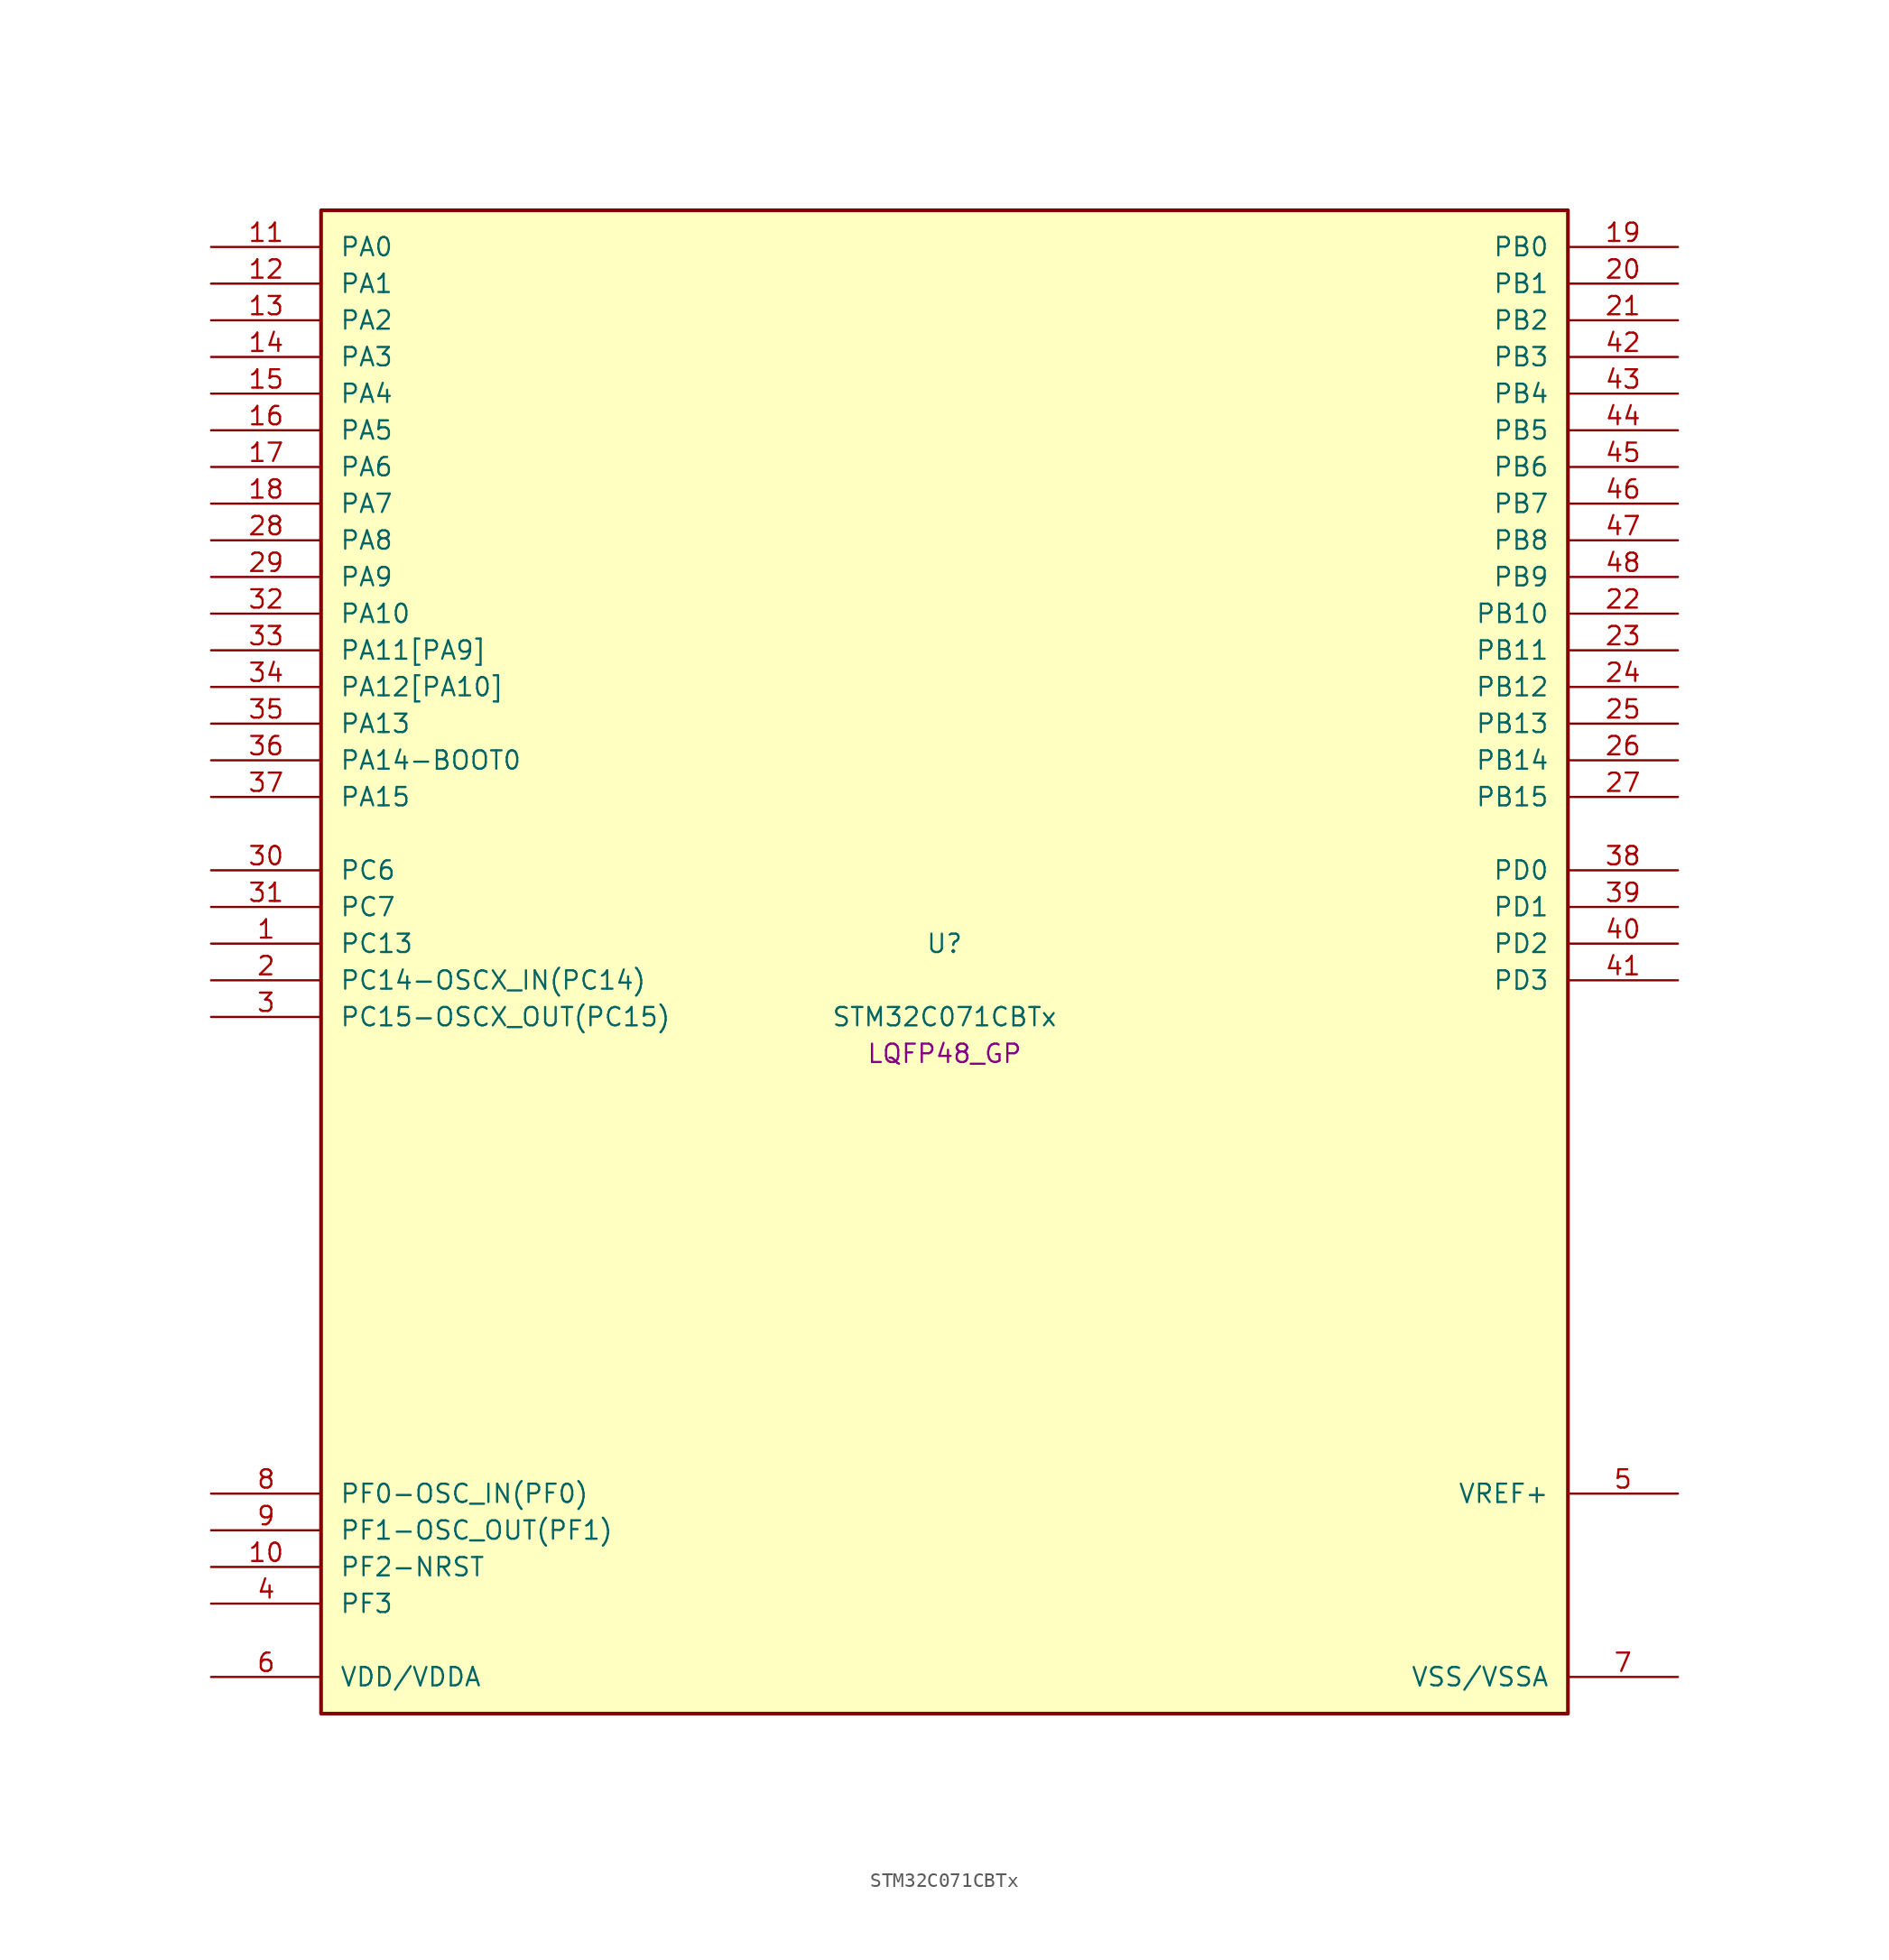
<source format=kicad_sym>
(kicad_symbol_lib
  (version 20241209)
  (generator "stm32_pkl_generator")
  (generator_version "1.0")
  (symbol "STM32C071CBTx"
    (pin_names
      (offset 1.27))
    (property "Reference" "U"
      (at 0 2.54 0))
    (property "Value" "STM32C071CBTx"
      (at 0 -2.54 0))
    (property "Footprint" "LQFP48_GP"
      (at 0 -5.08 0))
    (symbol "STM32C071CBTx_1_1"
      (rectangle (start -43.18 53.34) (end 43.18 -50.8) (stroke (width 0.254) (type solid)) (fill (type background)))
      (pin bidirectional line (at -50.8 50.8 0) (length 7.62) (name "PA0") (number "11") (alternate "PA0/ADC1_IN0" bidirectional line) (alternate "PA0/PWR_WKUP1" bidirectional line) (alternate "PA0/SPI2_SCK" bidirectional line) (alternate "PA0/TIM16_CH1" bidirectional line) (alternate "PA0/TIM1_CH1" bidirectional line) (alternate "PA0/TIM2_CH1" bidirectional line) (alternate "PA0/TIM2_ETR" bidirectional line) (alternate "PA0/USART1_TX" bidirectional line) (alternate "PA0/USART2_CTS" bidirectional line) (alternate "PA0/USART2_NSS" bidirectional line))
      (pin bidirectional line (at -50.8 48.26 0) (length 7.62) (name "PA1") (number "12") (alternate "PA1/ADC1_IN1" bidirectional line) (alternate "PA1/I2C1_SMBA" bidirectional line) (alternate "PA1/I2S1_CK" bidirectional line) (alternate "PA1/SPI1_SCK" bidirectional line) (alternate "PA1/TIM17_CH1" bidirectional line) (alternate "PA1/TIM1_CH2" bidirectional line) (alternate "PA1/TIM2_CH2" bidirectional line) (alternate "PA1/USART1_RX" bidirectional line) (alternate "PA1/USART2_CK" bidirectional line) (alternate "PA1/USART2_DE" bidirectional line) (alternate "PA1/USART2_RTS" bidirectional line))
      (pin bidirectional line (at -50.8 45.72 0) (length 7.62) (name "PA2") (number "13") (alternate "PA2/ADC1_IN2" bidirectional line) (alternate "PA2/I2S1_SD" bidirectional line) (alternate "PA2/PWR_WKUP4" bidirectional line) (alternate "PA2/RCC_LSCO" bidirectional line) (alternate "PA2/SPI1_MOSI" bidirectional line) (alternate "PA2/TIM16_CH1N" bidirectional line) (alternate "PA2/TIM1_CH3" bidirectional line) (alternate "PA2/TIM2_CH3" bidirectional line) (alternate "PA2/TIM3_ETR" bidirectional line) (alternate "PA2/USART2_TX" bidirectional line))
      (pin bidirectional line (at -50.8 43.18 0) (length 7.62) (name "PA3") (number "14") (alternate "PA3/ADC1_IN3" bidirectional line) (alternate "PA3/SPI2_MISO" bidirectional line) (alternate "PA3/TIM1_CH1N" bidirectional line) (alternate "PA3/TIM1_CH4" bidirectional line) (alternate "PA3/TIM2_CH4" bidirectional line) (alternate "PA3/USART2_RX" bidirectional line))
      (pin bidirectional line (at -50.8 40.64 0) (length 7.62) (name "PA4") (number "15") (alternate "PA4/ADC1_IN4" bidirectional line) (alternate "PA4/I2S1_WS" bidirectional line) (alternate "PA4/RTC_OUT2" bidirectional line) (alternate "PA4/SPI1_NSS" bidirectional line) (alternate "PA4/SPI2_MOSI" bidirectional line) (alternate "PA4/TIM14_CH1" bidirectional line) (alternate "PA4/TIM17_CH1N" bidirectional line) (alternate "PA4/TIM1_CH2N" bidirectional line) (alternate "PA4/USART2_TX" bidirectional line) (alternate "PA4/USB_NOE" bidirectional line))
      (pin bidirectional line (at -50.8 38.1 0) (length 7.62) (name "PA5") (number "16") (alternate "PA5/ADC1_IN5" bidirectional line) (alternate "PA5/I2S1_CK" bidirectional line) (alternate "PA5/SPI1_SCK" bidirectional line) (alternate "PA5/TIM1_CH1" bidirectional line) (alternate "PA5/TIM1_CH3N" bidirectional line) (alternate "PA5/TIM2_CH1" bidirectional line) (alternate "PA5/TIM2_ETR" bidirectional line) (alternate "PA5/USART2_RX" bidirectional line))
      (pin bidirectional line (at -50.8 35.56 0) (length 7.62) (name "PA6") (number "17") (alternate "PA6/ADC1_IN6" bidirectional line) (alternate "PA6/I2C2_SDA" bidirectional line) (alternate "PA6/I2S1_MCK" bidirectional line) (alternate "PA6/SPI1_MISO" bidirectional line) (alternate "PA6/TIM16_CH1" bidirectional line) (alternate "PA6/TIM1_BKIN" bidirectional line) (alternate "PA6/TIM3_CH1" bidirectional line))
      (pin bidirectional line (at -50.8 33.02 0) (length 7.62) (name "PA7") (number "18") (alternate "PA7/ADC1_IN7" bidirectional line) (alternate "PA7/I2C2_SCL" bidirectional line) (alternate "PA7/I2S1_SD" bidirectional line) (alternate "PA7/SPI1_MOSI" bidirectional line) (alternate "PA7/TIM14_CH1" bidirectional line) (alternate "PA7/TIM17_CH1" bidirectional line) (alternate "PA7/TIM1_CH1N" bidirectional line) (alternate "PA7/TIM3_CH2" bidirectional line))
      (pin bidirectional line (at -50.8 30.48 0) (length 7.62) (name "PA8") (number "28") (alternate "PA8/ADC1_IN8" bidirectional line) (alternate "PA8/CRS_SYNC" bidirectional line) (alternate "PA8/I2S1_WS" bidirectional line) (alternate "PA8/RCC_MCO" bidirectional line) (alternate "PA8/RCC_MCO_2" bidirectional line) (alternate "PA8/SPI1_NSS" bidirectional line) (alternate "PA8/SPI2_MISO" bidirectional line) (alternate "PA8/SPI2_NSS" bidirectional line) (alternate "PA8/TIM14_CH1" bidirectional line) (alternate "PA8/TIM1_CH1" bidirectional line) (alternate "PA8/TIM1_CH2N" bidirectional line) (alternate "PA8/TIM1_CH3N" bidirectional line) (alternate "PA8/TIM3_CH3" bidirectional line) (alternate "PA8/TIM3_CH4" bidirectional line) (alternate "PA8/USART1_RX" bidirectional line) (alternate "PA8/USART2_TX" bidirectional line))
      (pin bidirectional line (at -50.8 27.94 0) (length 7.62) (name "PA9") (number "29") (alternate "PA9/I2C1_SCL" bidirectional line) (alternate "PA9/I2C2_SCL" bidirectional line) (alternate "PA9/RCC_MCO" bidirectional line) (alternate "PA9/SPI2_MISO" bidirectional line) (alternate "PA9/TIM1_CH2" bidirectional line) (alternate "PA9/TIM3_ETR" bidirectional line) (alternate "PA9/USART1_TX" bidirectional line) (alternate "PA9/NC" bidirectional line))
      (pin bidirectional line (at -50.8 25.4 0) (length 7.62) (name "PA10") (number "32") (alternate "PA10/I2C1_SDA" bidirectional line) (alternate "PA10/I2C2_SDA" bidirectional line) (alternate "PA10/RCC_MCO_2" bidirectional line) (alternate "PA10/SPI2_MOSI" bidirectional line) (alternate "PA10/TIM17_BKIN" bidirectional line) (alternate "PA10/TIM1_CH3" bidirectional line) (alternate "PA10/USART1_RX" bidirectional line) (alternate "PA10/NC" bidirectional line))
      (pin bidirectional line (at -50.8 22.86 0) (length 7.62) (name "PA11[PA9]") (number "33") (alternate "PA11[PA9]/ADC1_EXTI11" bidirectional line) (alternate "PA11[PA9]/I2C2_SCL" bidirectional line) (alternate "PA11[PA9]/I2S1_MCK" bidirectional line) (alternate "PA11[PA9]/SPI1_MISO" bidirectional line) (alternate "PA11[PA9]/TIM1_BKIN2" bidirectional line) (alternate "PA11[PA9]/TIM1_CH4" bidirectional line) (alternate "PA11[PA9]/USART1_CTS" bidirectional line) (alternate "PA11[PA9]/USART1_NSS" bidirectional line) (alternate "PA11[PA9]/USB_DM" bidirectional line) (alternate "PA11[PA9]/PA9[PA11]" bidirectional line) (alternate "PA11[PA9]/I2C1_SCL" bidirectional line) (alternate "PA11[PA9]/RCC_MCO" bidirectional line) (alternate "PA11[PA9]/SPI2_MISO" bidirectional line) (alternate "PA11[PA9]/TIM1_CH2" bidirectional line) (alternate "PA11[PA9]/TIM3_ETR" bidirectional line) (alternate "PA11[PA9]/USART1_TX" bidirectional line))
      (pin bidirectional line (at -50.8 20.32 0) (length 7.62) (name "PA12[PA10]") (number "34") (alternate "PA12[PA10]/I2C2_SDA" bidirectional line) (alternate "PA12[PA10]/I2S1_SD" bidirectional line) (alternate "PA12[PA10]/I2S_CKIN" bidirectional line) (alternate "PA12[PA10]/SPI1_MOSI" bidirectional line) (alternate "PA12[PA10]/TIM1_ETR" bidirectional line) (alternate "PA12[PA10]/USART1_CK" bidirectional line) (alternate "PA12[PA10]/USART1_DE" bidirectional line) (alternate "PA12[PA10]/USART1_RTS" bidirectional line) (alternate "PA12[PA10]/USB_DP" bidirectional line) (alternate "PA12[PA10]/PA10[PA12]" bidirectional line) (alternate "PA12[PA10]/I2C1_SDA" bidirectional line) (alternate "PA12[PA10]/RCC_MCO_2" bidirectional line) (alternate "PA12[PA10]/SPI2_MOSI" bidirectional line) (alternate "PA12[PA10]/TIM17_BKIN" bidirectional line) (alternate "PA12[PA10]/TIM1_CH3" bidirectional line) (alternate "PA12[PA10]/USART1_RX" bidirectional line))
      (pin bidirectional line (at -50.8 17.78 0) (length 7.62) (name "PA13") (number "35") (alternate "PA13/ADC1_IN13" bidirectional line) (alternate "PA13/DEBUG_SWDIO" bidirectional line) (alternate "PA13/IR_OUT" bidirectional line) (alternate "PA13/TIM3_ETR" bidirectional line) (alternate "PA13/USART2_RX" bidirectional line) (alternate "PA13/USB_NOE" bidirectional line))
      (pin bidirectional line (at -50.8 15.24 0) (length 7.62) (name "PA14-BOOT0") (number "36") (alternate "PA14-BOOT0/ADC1_IN14" bidirectional line) (alternate "PA14-BOOT0/DEBUG_SWCLK" bidirectional line) (alternate "PA14-BOOT0/I2S1_WS" bidirectional line) (alternate "PA14-BOOT0/RCC_MCO_2" bidirectional line) (alternate "PA14-BOOT0/SPI1_NSS" bidirectional line) (alternate "PA14-BOOT0/TIM1_CH1" bidirectional line) (alternate "PA14-BOOT0/USART1_CK" bidirectional line) (alternate "PA14-BOOT0/USART1_DE" bidirectional line) (alternate "PA14-BOOT0/USART1_RTS" bidirectional line) (alternate "PA14-BOOT0/USART2_RX" bidirectional line) (alternate "PA14-BOOT0/USART2_TX" bidirectional line))
      (pin bidirectional line (at -50.8 12.7 0) (length 7.62) (name "PA15") (number "37") (alternate "PA15/I2S1_WS" bidirectional line) (alternate "PA15/RCC_MCO_2" bidirectional line) (alternate "PA15/SPI1_NSS" bidirectional line) (alternate "PA15/TIM1_CH1" bidirectional line) (alternate "PA15/TIM2_CH1" bidirectional line) (alternate "PA15/TIM2_ETR" bidirectional line) (alternate "PA15/USART1_CK" bidirectional line) (alternate "PA15/USART1_DE" bidirectional line) (alternate "PA15/USART1_RTS" bidirectional line) (alternate "PA15/USART2_RX" bidirectional line) (alternate "PA15/USB_NOE" bidirectional line))
      (pin bidirectional line (at 50.8 50.8 180) (length 7.62) (name "PB0") (number "19") (alternate "PB0/ADC1_IN17" bidirectional line) (alternate "PB0/I2S1_WS" bidirectional line) (alternate "PB0/SPI1_NSS" bidirectional line) (alternate "PB0/TIM1_CH2N" bidirectional line) (alternate "PB0/TIM3_CH3" bidirectional line))
      (pin bidirectional line (at 50.8 48.26 180) (length 7.62) (name "PB1") (number "20") (alternate "PB1/ADC1_IN18" bidirectional line) (alternate "PB1/TIM14_CH1" bidirectional line) (alternate "PB1/TIM1_CH2N" bidirectional line) (alternate "PB1/TIM1_CH3N" bidirectional line) (alternate "PB1/TIM3_CH4" bidirectional line))
      (pin bidirectional line (at 50.8 45.72 180) (length 7.62) (name "PB2") (number "21") (alternate "PB2/ADC1_IN19" bidirectional line) (alternate "PB2/RCC_MCO_2" bidirectional line) (alternate "PB2/SPI2_MISO" bidirectional line) (alternate "PB2/USART1_RX" bidirectional line))
      (pin bidirectional line (at 50.8 43.18 180) (length 7.62) (name "PB3") (number "42") (alternate "PB3/I2C2_SCL" bidirectional line) (alternate "PB3/I2S1_CK" bidirectional line) (alternate "PB3/SPI1_SCK" bidirectional line) (alternate "PB3/TIM1_CH2" bidirectional line) (alternate "PB3/TIM2_CH2" bidirectional line) (alternate "PB3/TIM3_CH2" bidirectional line) (alternate "PB3/USART1_CK" bidirectional line) (alternate "PB3/USART1_DE" bidirectional line) (alternate "PB3/USART1_RTS" bidirectional line))
      (pin bidirectional line (at 50.8 40.64 180) (length 7.62) (name "PB4") (number "43") (alternate "PB4/I2C2_SDA" bidirectional line) (alternate "PB4/I2S1_MCK" bidirectional line) (alternate "PB4/SPI1_MISO" bidirectional line) (alternate "PB4/TIM17_BKIN" bidirectional line) (alternate "PB4/TIM3_CH1" bidirectional line) (alternate "PB4/USART1_CTS" bidirectional line) (alternate "PB4/USART1_NSS" bidirectional line))
      (pin bidirectional line (at 50.8 38.1 180) (length 7.62) (name "PB5") (number "44") (alternate "PB5/I2C1_SMBA" bidirectional line) (alternate "PB5/I2S1_SD" bidirectional line) (alternate "PB5/PWR_WKUP6" bidirectional line) (alternate "PB5/SPI1_MOSI" bidirectional line) (alternate "PB5/TIM16_BKIN" bidirectional line) (alternate "PB5/TIM3_CH2" bidirectional line) (alternate "PB5/TIM3_CH3" bidirectional line))
      (pin bidirectional line (at 50.8 35.56 180) (length 7.62) (name "PB6") (number "45") (alternate "PB6/I2C1_SCL" bidirectional line) (alternate "PB6/I2C1_SMBA" bidirectional line) (alternate "PB6/I2S1_CK" bidirectional line) (alternate "PB6/I2S1_MCK" bidirectional line) (alternate "PB6/I2S1_SD" bidirectional line) (alternate "PB6/PWR_WKUP3" bidirectional line) (alternate "PB6/SPI1_MISO" bidirectional line) (alternate "PB6/SPI1_MOSI" bidirectional line) (alternate "PB6/SPI1_SCK" bidirectional line) (alternate "PB6/SPI2_MISO" bidirectional line) (alternate "PB6/TIM16_BKIN" bidirectional line) (alternate "PB6/TIM16_CH1N" bidirectional line) (alternate "PB6/TIM17_BKIN" bidirectional line) (alternate "PB6/TIM1_CH2" bidirectional line) (alternate "PB6/TIM1_CH3" bidirectional line) (alternate "PB6/TIM3_CH1" bidirectional line) (alternate "PB6/TIM3_CH2" bidirectional line) (alternate "PB6/TIM3_CH3" bidirectional line) (alternate "PB6/USART1_CTS" bidirectional line) (alternate "PB6/USART1_NSS" bidirectional line) (alternate "PB6/USART1_TX" bidirectional line))
      (pin bidirectional line (at 50.8 33.02 180) (length 7.62) (name "PB7") (number "46") (alternate "PB7/I2C1_SCL" bidirectional line) (alternate "PB7/I2C1_SDA" bidirectional line) (alternate "PB7/SPI2_MOSI" bidirectional line) (alternate "PB7/TIM16_CH1" bidirectional line) (alternate "PB7/TIM17_CH1N" bidirectional line) (alternate "PB7/TIM1_CH4" bidirectional line) (alternate "PB7/TIM3_CH1" bidirectional line) (alternate "PB7/TIM3_CH4" bidirectional line) (alternate "PB7/USART1_RX" bidirectional line) (alternate "PB7/USART2_CTS" bidirectional line) (alternate "PB7/USART2_NSS" bidirectional line))
      (pin bidirectional line (at 50.8 30.48 180) (length 7.62) (name "PB8") (number "47") (alternate "PB8/I2C1_SCL" bidirectional line) (alternate "PB8/SPI2_SCK" bidirectional line) (alternate "PB8/TIM16_CH1" bidirectional line) (alternate "PB8/TIM3_CH1" bidirectional line) (alternate "PB8/USART2_CTS" bidirectional line) (alternate "PB8/USART2_NSS" bidirectional line))
      (pin bidirectional line (at 50.8 27.94 180) (length 7.62) (name "PB9") (number "48") (alternate "PB9/I2C1_SDA" bidirectional line) (alternate "PB9/IR_OUT" bidirectional line) (alternate "PB9/SPI2_NSS" bidirectional line) (alternate "PB9/TIM17_CH1" bidirectional line) (alternate "PB9/TIM3_CH2" bidirectional line) (alternate "PB9/USART2_CK" bidirectional line) (alternate "PB9/USART2_DE" bidirectional line) (alternate "PB9/USART2_RTS" bidirectional line))
      (pin bidirectional line (at 50.8 25.4 180) (length 7.62) (name "PB10") (number "22") (alternate "PB10/ADC1_IN20" bidirectional line) (alternate "PB10/I2C2_SCL" bidirectional line) (alternate "PB10/SPI2_SCK" bidirectional line) (alternate "PB10/TIM2_CH3" bidirectional line))
      (pin bidirectional line (at 50.8 22.86 180) (length 7.62) (name "PB11") (number "23") (alternate "PB11/ADC1_EXTI11" bidirectional line) (alternate "PB11/ADC1_IN21" bidirectional line) (alternate "PB11/I2C2_SDA" bidirectional line) (alternate "PB11/SPI2_MOSI" bidirectional line) (alternate "PB11/TIM2_CH4" bidirectional line))
      (pin bidirectional line (at 50.8 20.32 180) (length 7.62) (name "PB12") (number "24") (alternate "PB12/ADC1_IN22" bidirectional line) (alternate "PB12/SPI2_NSS" bidirectional line) (alternate "PB12/TIM1_BKIN" bidirectional line) (alternate "PB12/TIM1_BKIN2" bidirectional line))
      (pin bidirectional line (at 50.8 17.78 180) (length 7.62) (name "PB13") (number "25") (alternate "PB13/I2C2_SCL" bidirectional line) (alternate "PB13/SPI2_SCK" bidirectional line) (alternate "PB13/TIM1_CH1N" bidirectional line))
      (pin bidirectional line (at 50.8 15.24 180) (length 7.62) (name "PB14") (number "26") (alternate "PB14/I2C2_SDA" bidirectional line) (alternate "PB14/SPI2_MISO" bidirectional line) (alternate "PB14/TIM1_CH2N" bidirectional line))
      (pin bidirectional line (at 50.8 12.7 180) (length 7.62) (name "PB15") (number "27") (alternate "PB15/RTC_REFIN" bidirectional line) (alternate "PB15/SPI2_MOSI" bidirectional line) (alternate "PB15/TIM1_CH3N" bidirectional line))
      (pin bidirectional line (at -50.8 7.62 0) (length 7.62) (name "PC6") (number "30") (alternate "PC6/TIM2_CH3" bidirectional line) (alternate "PC6/TIM3_CH1" bidirectional line))
      (pin bidirectional line (at -50.8 5.08 0) (length 7.62) (name "PC7") (number "31") (alternate "PC7/TIM2_CH4" bidirectional line) (alternate "PC7/TIM3_CH2" bidirectional line))
      (pin bidirectional line (at -50.8 2.54 0) (length 7.62) (name "PC13") (number "1") (alternate "PC13/PWR_WKUP2" bidirectional line) (alternate "PC13/RTC_OUT1" bidirectional line) (alternate "PC13/RTC_TS" bidirectional line) (alternate "PC13/TIM1_BKIN" bidirectional line) (alternate "PC13/TIM1_ETR" bidirectional line))
      (pin bidirectional line (at -50.8 0 0) (length 7.62) (name "PC14-OSCX_IN(PC14)") (number "2") (alternate "PC14-OSCX_IN(PC14)/I2C1_SDA" bidirectional line) (alternate "PC14-OSCX_IN(PC14)/IR_OUT" bidirectional line) (alternate "PC14-OSCX_IN(PC14)/RCC_OSCX_IN" bidirectional line) (alternate "PC14-OSCX_IN(PC14)/SPI2_NSS" bidirectional line) (alternate "PC14-OSCX_IN(PC14)/TIM17_CH1" bidirectional line) (alternate "PC14-OSCX_IN(PC14)/TIM1_BKIN2" bidirectional line) (alternate "PC14-OSCX_IN(PC14)/TIM1_ETR" bidirectional line) (alternate "PC14-OSCX_IN(PC14)/TIM3_CH2" bidirectional line) (alternate "PC14-OSCX_IN(PC14)/USART1_TX" bidirectional line) (alternate "PC14-OSCX_IN(PC14)/USART2_CK" bidirectional line) (alternate "PC14-OSCX_IN(PC14)/USART2_DE" bidirectional line) (alternate "PC14-OSCX_IN(PC14)/USART2_RTS" bidirectional line))
      (pin bidirectional line (at -50.8 -2.54 0) (length 7.62) (name "PC15-OSCX_OUT(PC15)") (number "3") (alternate "PC15-OSCX_OUT(PC15)/RCC_OSC32_EN" bidirectional line) (alternate "PC15-OSCX_OUT(PC15)/RCC_OSCX_OUT" bidirectional line) (alternate "PC15-OSCX_OUT(PC15)/RCC_OSC_EN" bidirectional line) (alternate "PC15-OSCX_OUT(PC15)/TIM1_ETR" bidirectional line) (alternate "PC15-OSCX_OUT(PC15)/TIM3_CH3" bidirectional line))
      (pin bidirectional line (at 50.8 7.62 180) (length 7.62) (name "PD0") (number "38") (alternate "PD0/SPI2_NSS" bidirectional line) (alternate "PD0/TIM16_CH1" bidirectional line))
      (pin bidirectional line (at 50.8 5.08 180) (length 7.62) (name "PD1") (number "39") (alternate "PD1/SPI2_SCK" bidirectional line) (alternate "PD1/TIM17_CH1" bidirectional line))
      (pin bidirectional line (at 50.8 2.54 180) (length 7.62) (name "PD2") (number "40") (alternate "PD2/TIM1_CH1N" bidirectional line) (alternate "PD2/TIM3_ETR" bidirectional line))
      (pin bidirectional line (at 50.8 0 180) (length 7.62) (name "PD3") (number "41") (alternate "PD3/SPI2_MISO" bidirectional line) (alternate "PD3/TIM1_CH2N" bidirectional line) (alternate "PD3/USART2_CTS" bidirectional line) (alternate "PD3/USART2_NSS" bidirectional line))
      (pin bidirectional line (at -50.8 -35.56 0) (length 7.62) (name "PF0-OSC_IN(PF0)") (number "8") (alternate "PF0-OSC_IN(PF0)/CRS_SYNC" bidirectional line) (alternate "PF0-OSC_IN(PF0)/RCC_OSC_IN" bidirectional line) (alternate "PF0-OSC_IN(PF0)/TIM14_CH1" bidirectional line))
      (pin bidirectional line (at -50.8 -38.1 0) (length 7.62) (name "PF1-OSC_OUT(PF1)") (number "9") (alternate "PF1-OSC_OUT(PF1)/RCC_OSC_EN" bidirectional line) (alternate "PF1-OSC_OUT(PF1)/RCC_OSC_OUT" bidirectional line))
      (pin bidirectional line (at -50.8 -40.64 0) (length 7.62) (name "PF2-NRST") (number "10") (alternate "PF2-NRST/RCC_MCO" bidirectional line) (alternate "PF2-NRST/TIM1_CH4" bidirectional line))
      (pin bidirectional line (at -50.8 -43.18 0) (length 7.62) (name "PF3") (number "4"))
      (pin bidirectional line (at 50.8 -35.56 180) (length 7.62) (name "VREF+") (number "5"))
      (pin power_in line (at -50.8 -48.26 0) (length 7.62) (name "VDD/VDDA") (number "6"))
      (pin power_in line (at 50.8 -48.26 180) (length 7.62) (name "VSS/VSSA") (number "7")))))
</source>
